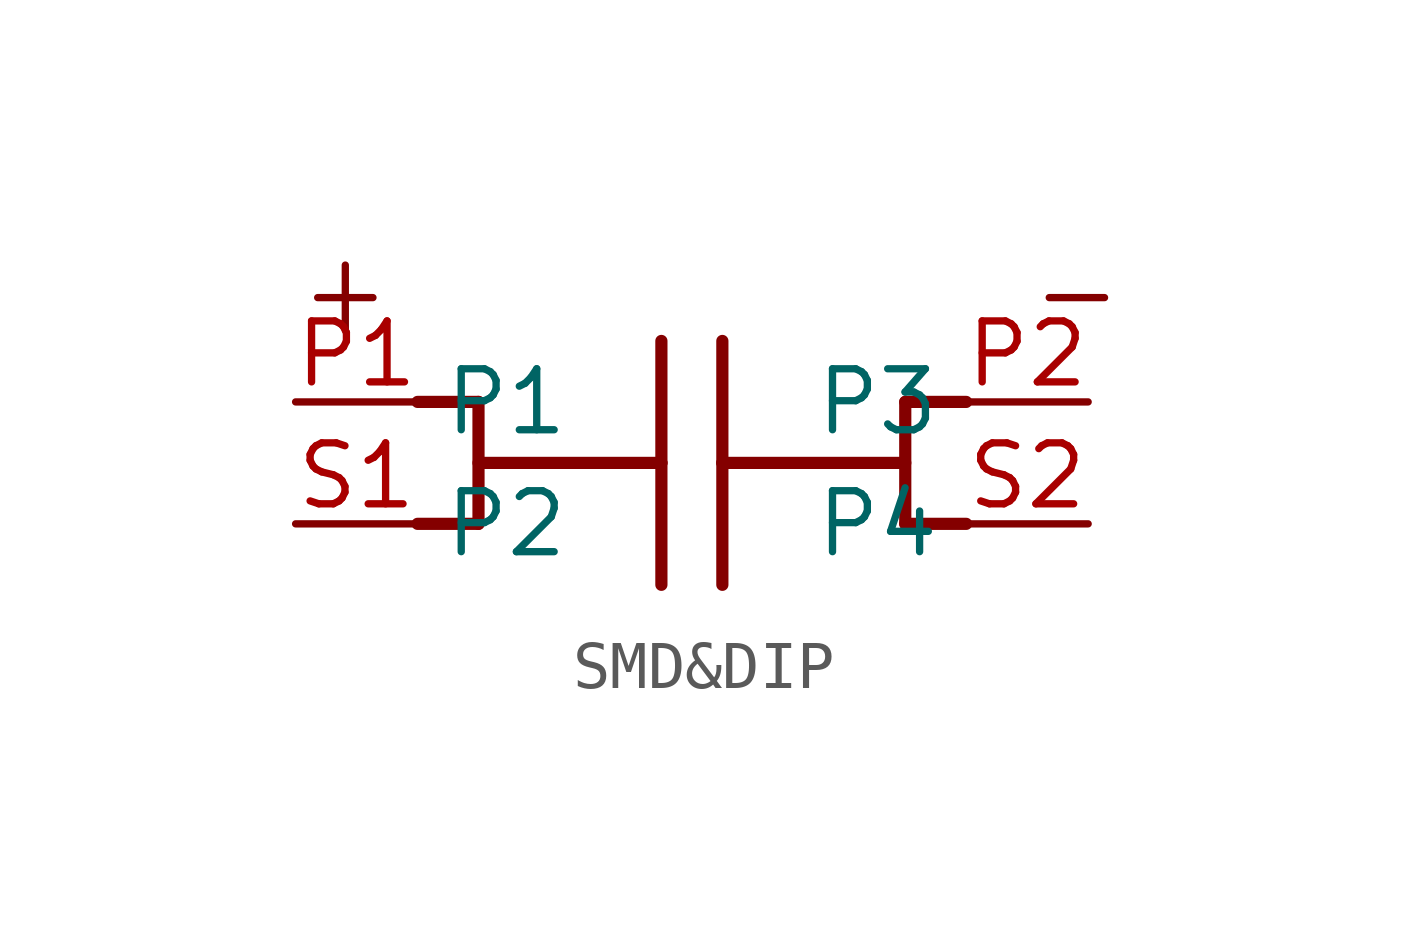
<source format=kicad_sym>
(kicad_symbol_lib
  (version 20220914)
  (generator kicad_symbol_editor)
  (symbol "SMD&DIP"
    (property "Reference" ""
      (at 0 0 0)
      (effects (font (size 1.27 1.27)) hide))
    (property "ki_locked" ""
      (at 0 0 0)
      (effects (font (size 1.27 1.27))))
    (symbol "SMD&DIP_1_0"
      (polyline (pts (xy 1.27 -1.27) (xy 0 -1.27)) (stroke (width 0.254) (type solid)) (fill (type none)))
      (polyline (pts (xy 1.27 0) (xy 5.08 0)) (stroke (width 0.254) (type solid)) (fill (type none)))
      (polyline (pts (xy 1.27 1.27) (xy 0 1.27)) (stroke (width 0.254) (type solid)) (fill (type none)))
      (polyline (pts (xy 1.27 1.27) (xy 1.27 -1.27)) (stroke (width 0.254) (type solid)) (fill (type none)))
      (polyline (pts (xy 5.08 0) (xy 5.08 -2.54)) (stroke (width 0.254) (type solid)) (fill (type none)))
      (polyline (pts (xy 5.08 2.54) (xy 5.08 0)) (stroke (width 0.254) (type solid)) (fill (type none)))
      (polyline (pts (xy 6.35 0) (xy 6.35 -2.54)) (stroke (width 0.254) (type solid)) (fill (type none)))
      (polyline (pts (xy 6.35 0) (xy 10.16 0)) (stroke (width 0.254) (type solid)) (fill (type none)))
      (polyline (pts (xy 6.35 2.54) (xy 6.35 0)) (stroke (width 0.254) (type solid)) (fill (type none)))
      (polyline (pts (xy 10.16 -1.27) (xy 11.43 -1.27)) (stroke (width 0.254) (type solid)) (fill (type none)))
      (polyline (pts (xy 10.16 1.27) (xy 10.16 -1.27)) (stroke (width 0.254) (type solid)) (fill (type none)))
      (polyline (pts (xy 10.16 1.27) (xy 11.43 1.27)) (stroke (width 0.254) (type solid)) (fill (type none)))
      (text "+" (at -2.54 2.54 0) (effects (font (size 1.778 1.511)) (justify left bottom)))
      (text "-" (at 12.7 2.54 0) (effects (font (size 1.778 1.511)) (justify left bottom)))
      (pin bidirectional line (at -2.54 1.27 0) (length 2.54) (name "P1" (effects (font (size 1.27 1.27)))) (number "P1" (effects (font (size 1.27 1.27)))))
      (pin bidirectional line (at 13.97 1.27 180) (length 2.54) (name "P3" (effects (font (size 1.27 1.27)))) (number "P2" (effects (font (size 1.27 1.27)))))
      (pin bidirectional line (at -2.54 -1.27 0) (length 2.54) (name "P2" (effects (font (size 1.27 1.27)))) (number "S1" (effects (font (size 1.27 1.27)))))
      (pin bidirectional line (at 13.97 -1.27 180) (length 2.54) (name "P4" (effects (font (size 1.27 1.27)))) (number "S2" (effects (font (size 1.27 1.27))))))))
</source>
